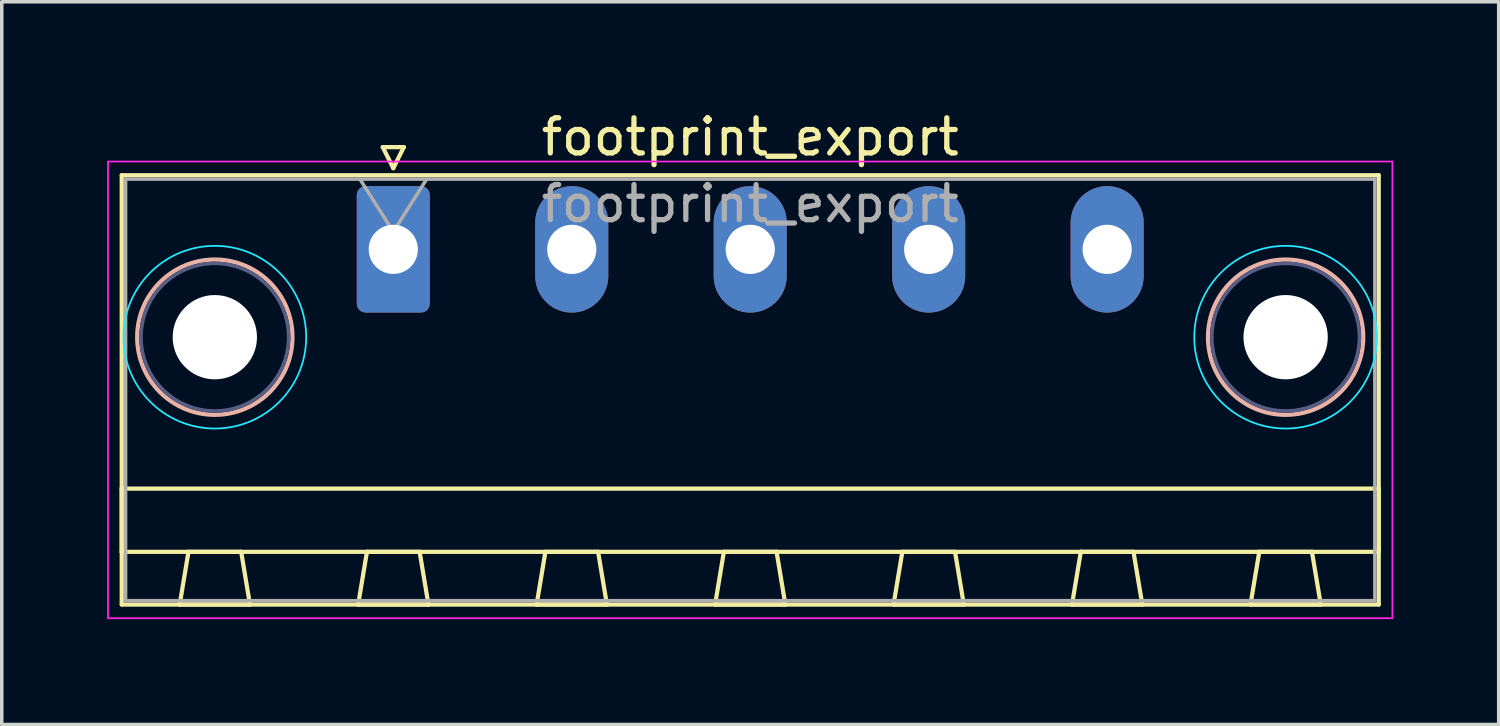
<source format=kicad_pcb>
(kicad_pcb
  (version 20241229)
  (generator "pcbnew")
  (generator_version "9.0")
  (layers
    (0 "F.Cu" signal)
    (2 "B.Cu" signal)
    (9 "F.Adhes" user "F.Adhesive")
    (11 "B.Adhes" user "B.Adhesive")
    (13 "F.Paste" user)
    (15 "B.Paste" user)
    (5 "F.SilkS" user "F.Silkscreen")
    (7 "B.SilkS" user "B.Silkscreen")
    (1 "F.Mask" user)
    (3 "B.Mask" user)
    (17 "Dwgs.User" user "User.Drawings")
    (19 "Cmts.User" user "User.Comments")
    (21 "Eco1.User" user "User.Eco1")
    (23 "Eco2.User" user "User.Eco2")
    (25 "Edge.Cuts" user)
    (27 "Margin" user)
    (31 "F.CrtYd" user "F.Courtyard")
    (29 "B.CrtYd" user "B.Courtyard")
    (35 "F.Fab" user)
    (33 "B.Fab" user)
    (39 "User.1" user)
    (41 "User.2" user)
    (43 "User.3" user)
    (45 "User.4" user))
  (footprint "footprint_export"
    (layer "F.Cu")
    (at 8.145 4.048)
    (property "Reference" "footprint_export" (at 10.16 -3.2 0) (layer "F.SilkS") (effects (font (size 1 1) (thickness 0.15))))
    (attr through_hole)
    (fp_line (start -7.73 -2.11) (end -7.73 10.11) (stroke (width 0.12) (type solid)) (layer "F.SilkS"))
    (fp_line (start -7.73 6.81) (end 28.05 6.81) (stroke (width 0.12) (type solid)) (layer "F.SilkS"))
    (fp_line (start -7.73 8.61) (end -7.73 6.81) (stroke (width 0.12) (type solid)) (layer "F.SilkS"))
    (fp_line (start -7.73 10.11) (end 28.05 10.11) (stroke (width 0.12) (type solid)) (layer "F.SilkS"))
    (fp_line (start -6.08 10.11) (end -4.08 10.11) (stroke (width 0.12) (type solid)) (layer "F.SilkS"))
    (fp_line (start -5.83 8.61) (end -6.08 10.11) (stroke (width 0.12) (type solid)) (layer "F.SilkS"))
    (fp_line (start -4.33 8.61) (end -5.83 8.61) (stroke (width 0.12) (type solid)) (layer "F.SilkS"))
    (fp_line (start -4.08 10.11) (end -4.33 8.61) (stroke (width 0.12) (type solid)) (layer "F.SilkS"))
    (fp_line (start -1 10.11) (end 1 10.11) (stroke (width 0.12) (type solid)) (layer "F.SilkS"))
    (fp_line (start -0.75 8.61) (end -1 10.11) (stroke (width 0.12) (type solid)) (layer "F.SilkS"))
    (fp_line (start -0.3 -2.91) (end 0.3 -2.91) (stroke (width 0.12) (type solid)) (layer "F.SilkS"))
    (fp_line (start 0 -2.31) (end -0.3 -2.91) (stroke (width 0.12) (type solid)) (layer "F.SilkS"))
    (fp_line (start 0.3 -2.91) (end 0 -2.31) (stroke (width 0.12) (type solid)) (layer "F.SilkS"))
    (fp_line (start 0.75 8.61) (end -0.75 8.61) (stroke (width 0.12) (type solid)) (layer "F.SilkS"))
    (fp_line (start 1 10.11) (end 0.75 8.61) (stroke (width 0.12) (type solid)) (layer "F.SilkS"))
    (fp_line (start 4.08 10.11) (end 6.08 10.11) (stroke (width 0.12) (type solid)) (layer "F.SilkS"))
    (fp_line (start 4.33 8.61) (end 4.08 10.11) (stroke (width 0.12) (type solid)) (layer "F.SilkS"))
    (fp_line (start 5.83 8.61) (end 4.33 8.61) (stroke (width 0.12) (type solid)) (layer "F.SilkS"))
    (fp_line (start 6.08 10.11) (end 5.83 8.61) (stroke (width 0.12) (type solid)) (layer "F.SilkS"))
    (fp_line (start 9.16 10.11) (end 11.16 10.11) (stroke (width 0.12) (type solid)) (layer "F.SilkS"))
    (fp_line (start 9.41 8.61) (end 9.16 10.11) (stroke (width 0.12) (type solid)) (layer "F.SilkS"))
    (fp_line (start 10.91 8.61) (end 9.41 8.61) (stroke (width 0.12) (type solid)) (layer "F.SilkS"))
    (fp_line (start 11.16 10.11) (end 10.91 8.61) (stroke (width 0.12) (type solid)) (layer "F.SilkS"))
    (fp_line (start 14.24 10.11) (end 16.24 10.11) (stroke (width 0.12) (type solid)) (layer "F.SilkS"))
    (fp_line (start 14.49 8.61) (end 14.24 10.11) (stroke (width 0.12) (type solid)) (layer "F.SilkS"))
    (fp_line (start 15.99 8.61) (end 14.49 8.61) (stroke (width 0.12) (type solid)) (layer "F.SilkS"))
    (fp_line (start 16.24 10.11) (end 15.99 8.61) (stroke (width 0.12) (type solid)) (layer "F.SilkS"))
    (fp_line (start 19.32 10.11) (end 21.32 10.11) (stroke (width 0.12) (type solid)) (layer "F.SilkS"))
    (fp_line (start 19.57 8.61) (end 19.32 10.11) (stroke (width 0.12) (type solid)) (layer "F.SilkS"))
    (fp_line (start 21.07 8.61) (end 19.57 8.61) (stroke (width 0.12) (type solid)) (layer "F.SilkS"))
    (fp_line (start 21.32 10.11) (end 21.07 8.61) (stroke (width 0.12) (type solid)) (layer "F.SilkS"))
    (fp_line (start 24.4 10.11) (end 26.4 10.11) (stroke (width 0.12) (type solid)) (layer "F.SilkS"))
    (fp_line (start 24.65 8.61) (end 24.4 10.11) (stroke (width 0.12) (type solid)) (layer "F.SilkS"))
    (fp_line (start 26.15 8.61) (end 24.65 8.61) (stroke (width 0.12) (type solid)) (layer "F.SilkS"))
    (fp_line (start 26.4 10.11) (end 26.15 8.61) (stroke (width 0.12) (type solid)) (layer "F.SilkS"))
    (fp_line (start 28.05 -2.11) (end -7.73 -2.11) (stroke (width 0.12) (type solid)) (layer "F.SilkS"))
    (fp_line (start 28.05 6.81) (end 28.05 8.61) (stroke (width 0.12) (type solid)) (layer "F.SilkS"))
    (fp_line (start 28.05 8.61) (end -7.73 8.61) (stroke (width 0.12) (type solid)) (layer "F.SilkS"))
    (fp_line (start 28.05 10.11) (end 28.05 -2.11) (stroke (width 0.12) (type solid)) (layer "F.SilkS"))
    (fp_circle (center -5.08 2.5) (end -2.87 2.5) (stroke (width 0.12) (type solid)) (fill no) (layer "B.SilkS"))
    (fp_circle (center 25.4 2.5) (end 27.61 2.5) (stroke (width 0.12) (type solid)) (fill no) (layer "B.SilkS"))
    (fp_circle (center -5.08 2.5) (end -2.48 2.5) (stroke (width 0.05) (type solid)) (fill no) (layer "B.CrtYd"))
    (fp_circle (center 25.4 2.5) (end 28 2.5) (stroke (width 0.05) (type solid)) (fill no) (layer "B.CrtYd"))
    (fp_line (start -8.12 -2.5) (end -8.12 10.5) (stroke (width 0.05) (type solid)) (layer "F.CrtYd"))
    (fp_line (start -8.12 10.5) (end 28.44 10.5) (stroke (width 0.05) (type solid)) (layer "F.CrtYd"))
    (fp_line (start 28.44 -2.5) (end -8.12 -2.5) (stroke (width 0.05) (type solid)) (layer "F.CrtYd"))
    (fp_line (start 28.44 10.5) (end 28.44 -2.5) (stroke (width 0.05) (type solid)) (layer "F.CrtYd"))
    (fp_circle (center -5.08 2.5) (end -2.98 2.5) (stroke (width 0.1) (type solid)) (fill no) (layer "B.Fab"))
    (fp_circle (center 25.4 2.5) (end 27.5 2.5) (stroke (width 0.1) (type solid)) (fill no) (layer "B.Fab"))
    (fp_line (start -7.62 -2) (end -7.62 10) (stroke (width 0.1) (type solid)) (layer "F.Fab"))
    (fp_line (start -7.62 10) (end 27.94 10) (stroke (width 0.1) (type solid)) (layer "F.Fab"))
    (fp_line (start 0 -0.5) (end -0.95 -2) (stroke (width 0.1) (type solid)) (layer "F.Fab"))
    (fp_line (start 0.95 -2) (end 0 -0.5) (stroke (width 0.1) (type solid)) (layer "F.Fab"))
    (fp_line (start 27.94 -2) (end -7.62 -2) (stroke (width 0.1) (type solid)) (layer "F.Fab"))
    (fp_line (start 27.94 10) (end 27.94 -2) (stroke (width 0.1) (type solid)) (layer "F.Fab"))
    (fp_text user "${REFERENCE}" (at 10.16 -1.3 0) (layer "F.Fab") (effects (font (size 1 1) (thickness 0.15))))
    (pad "" np_thru_hole circle (at -5.08 2.5) (size 2.4 2.4) (drill 2.4) (layers "*.Cu" "*.Mask"))
    (pad "" np_thru_hole circle (at 25.4 2.5) (size 2.4 2.4) (drill 2.4) (layers "*.Cu" "*.Mask"))
    (pad "1" thru_hole roundrect (at 0 0) (size 2.08 3.6) (drill 1.4) (layers "*.Cu" "*.Mask") (roundrect_rratio 0.12))
    (pad "2" thru_hole oval (at 5.08 0) (size 2.08 3.6) (drill 1.4) (layers "*.Cu" "*.Mask"))
    (pad "3" thru_hole oval (at 10.16 0) (size 2.08 3.6) (drill 1.4) (layers "*.Cu" "*.Mask"))
    (pad "4" thru_hole oval (at 15.24 0) (size 2.08 3.6) (drill 1.4) (layers "*.Cu" "*.Mask"))
    (pad "5" thru_hole oval (at 20.32 0) (size 2.08 3.6) (drill 1.4) (layers "*.Cu" "*.Mask")))
  (gr_rect
    (start -3 -3)
    (end 39.61 17.573)
    (stroke (width 0.1) (type default))
    (fill no)
    (layer "Edge.Cuts")))
</source>
